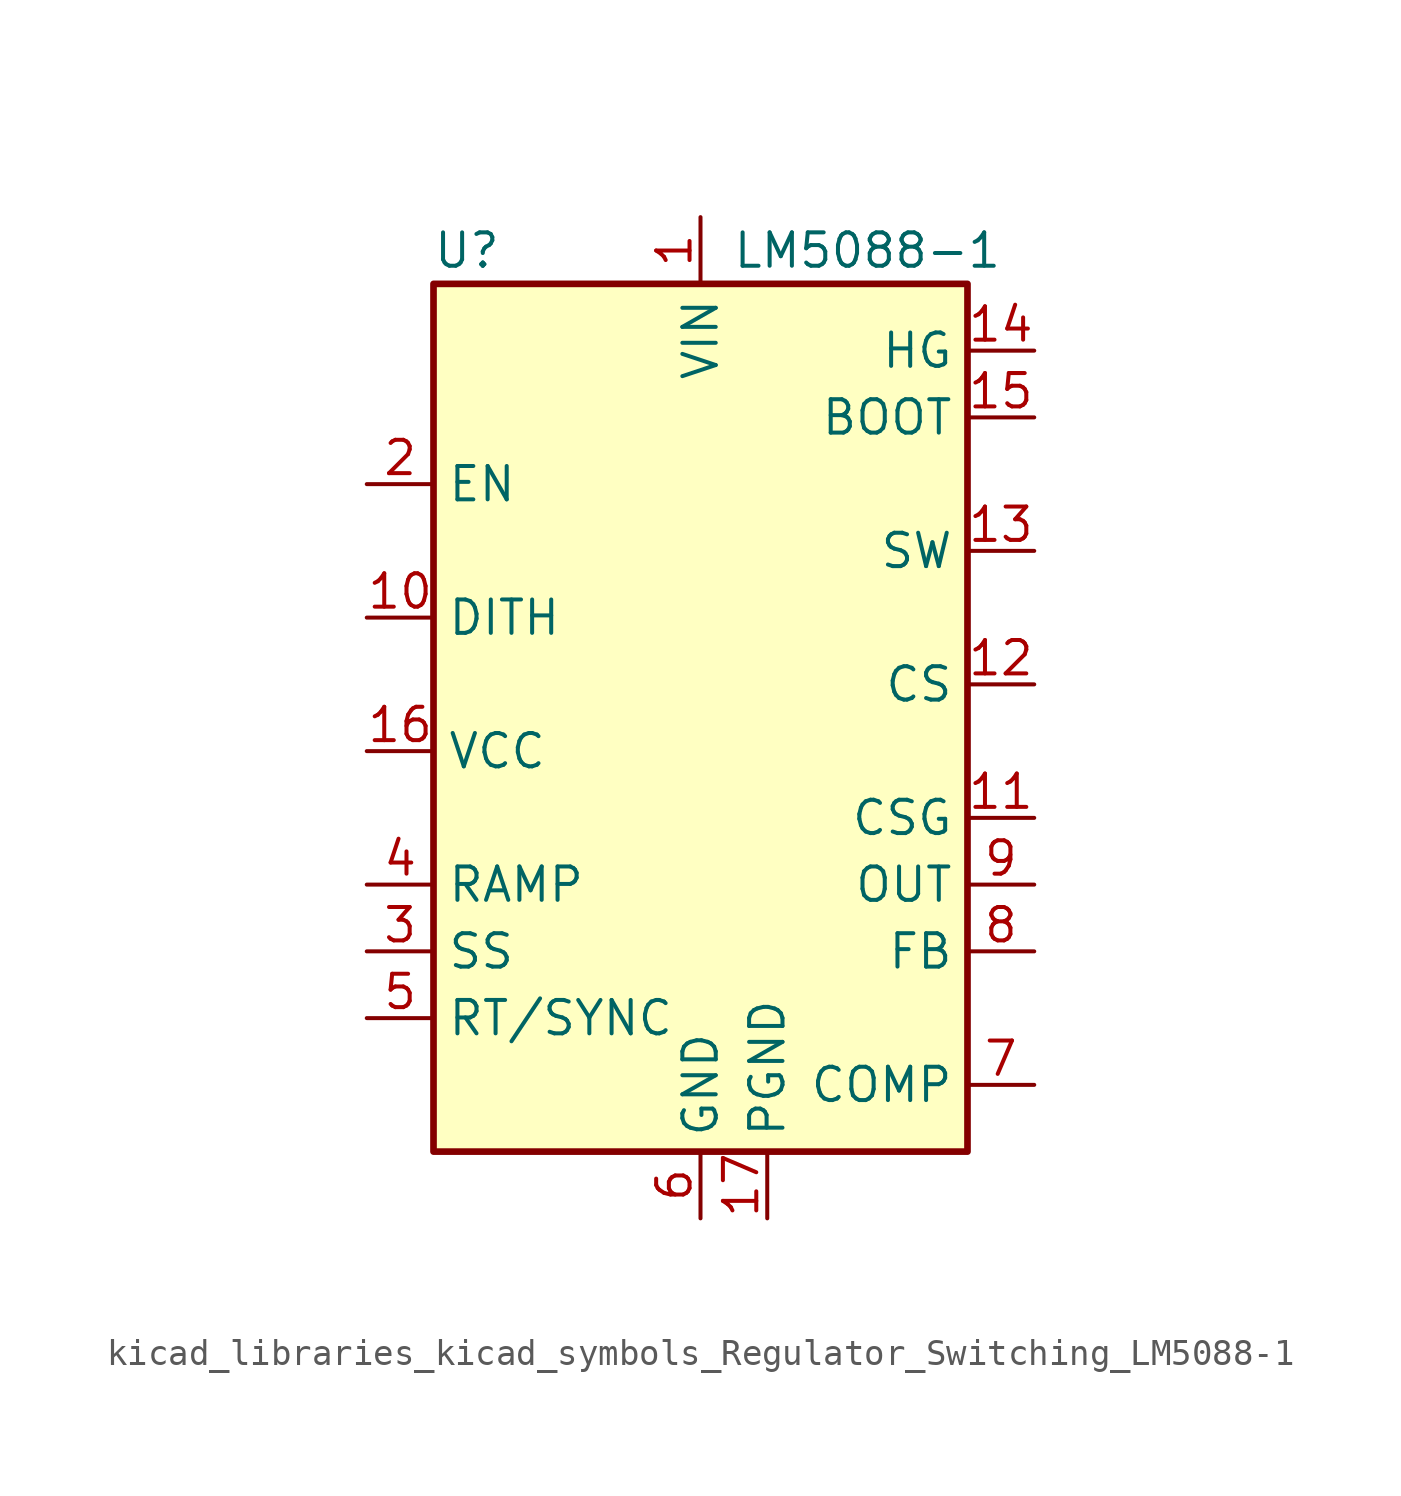
<source format=kicad_sym>
(kicad_symbol_lib
  (version 20220914)
  (generator kicad_symbol_editor)
  (symbol "kicad_libraries_kicad_symbols_Regulator_Switching_LM5088-1"
    (property "Reference" "U"
      (at -8.89 16.51 0)
      (effects (font (size 1.27 1.27))))
    (property "Value" "LM5088-1"
      (at 6.35 16.51 0)
      (effects (font (size 1.27 1.27))))
    (symbol "kicad_libraries_kicad_symbols_Regulator_Switching_LM5088-1_0_1"
      (rectangle (start -10.16 15.24) (end 10.16 -17.78) (stroke (width 0.254) (type default)) (fill (type background))))
    (symbol "kicad_libraries_kicad_symbols_Regulator_Switching_LM5088-1_1_1"
      (pin power_in line (at 0 17.78 270) (length 2.54) (name "VIN" (effects (font (size 1.27 1.27)))) (number "1" (effects (font (size 1.27 1.27)))))
      (pin passive line (at -12.7 2.54 0) (length 2.54) (name "DITH" (effects (font (size 1.27 1.27)))) (number "10" (effects (font (size 1.27 1.27)))))
      (pin passive line (at 12.7 -5.08 180) (length 2.54) (name "CSG" (effects (font (size 1.27 1.27)))) (number "11" (effects (font (size 1.27 1.27)))))
      (pin input line (at 12.7 0 180) (length 2.54) (name "CS" (effects (font (size 1.27 1.27)))) (number "12" (effects (font (size 1.27 1.27)))))
      (pin output line (at 12.7 5.08 180) (length 2.54) (name "SW" (effects (font (size 1.27 1.27)))) (number "13" (effects (font (size 1.27 1.27)))))
      (pin output line (at 12.7 12.7 180) (length 2.54) (name "HG" (effects (font (size 1.27 1.27)))) (number "14" (effects (font (size 1.27 1.27)))))
      (pin passive line (at 12.7 10.16 180) (length 2.54) (name "BOOT" (effects (font (size 1.27 1.27)))) (number "15" (effects (font (size 1.27 1.27)))))
      (pin power_out line (at -12.7 -2.54 0) (length 2.54) (name "VCC" (effects (font (size 1.27 1.27)))) (number "16" (effects (font (size 1.27 1.27)))))
      (pin passive line (at 2.54 -20.32 90) (length 2.54) (name "PGND" (effects (font (size 1.27 1.27)))) (number "17" (effects (font (size 1.27 1.27)))))
      (pin input line (at -12.7 7.62 0) (length 2.54) (name "EN" (effects (font (size 1.27 1.27)))) (number "2" (effects (font (size 1.27 1.27)))))
      (pin input line (at -12.7 -10.16 0) (length 2.54) (name "SS" (effects (font (size 1.27 1.27)))) (number "3" (effects (font (size 1.27 1.27)))))
      (pin passive line (at -12.7 -7.62 0) (length 2.54) (name "RAMP" (effects (font (size 1.27 1.27)))) (number "4" (effects (font (size 1.27 1.27)))))
      (pin passive line (at -12.7 -12.7 0) (length 2.54) (name "RT/SYNC" (effects (font (size 1.27 1.27)))) (number "5" (effects (font (size 1.27 1.27)))))
      (pin power_in line (at 0 -20.32 90) (length 2.54) (name "GND" (effects (font (size 1.27 1.27)))) (number "6" (effects (font (size 1.27 1.27)))))
      (pin passive line (at 12.7 -15.24 180) (length 2.54) (name "COMP" (effects (font (size 1.27 1.27)))) (number "7" (effects (font (size 1.27 1.27)))))
      (pin input line (at 12.7 -10.16 180) (length 2.54) (name "FB" (effects (font (size 1.27 1.27)))) (number "8" (effects (font (size 1.27 1.27)))))
      (pin input line (at 12.7 -7.62 180) (length 2.54) (name "OUT" (effects (font (size 1.27 1.27)))) (number "9" (effects (font (size 1.27 1.27))))))))
</source>
